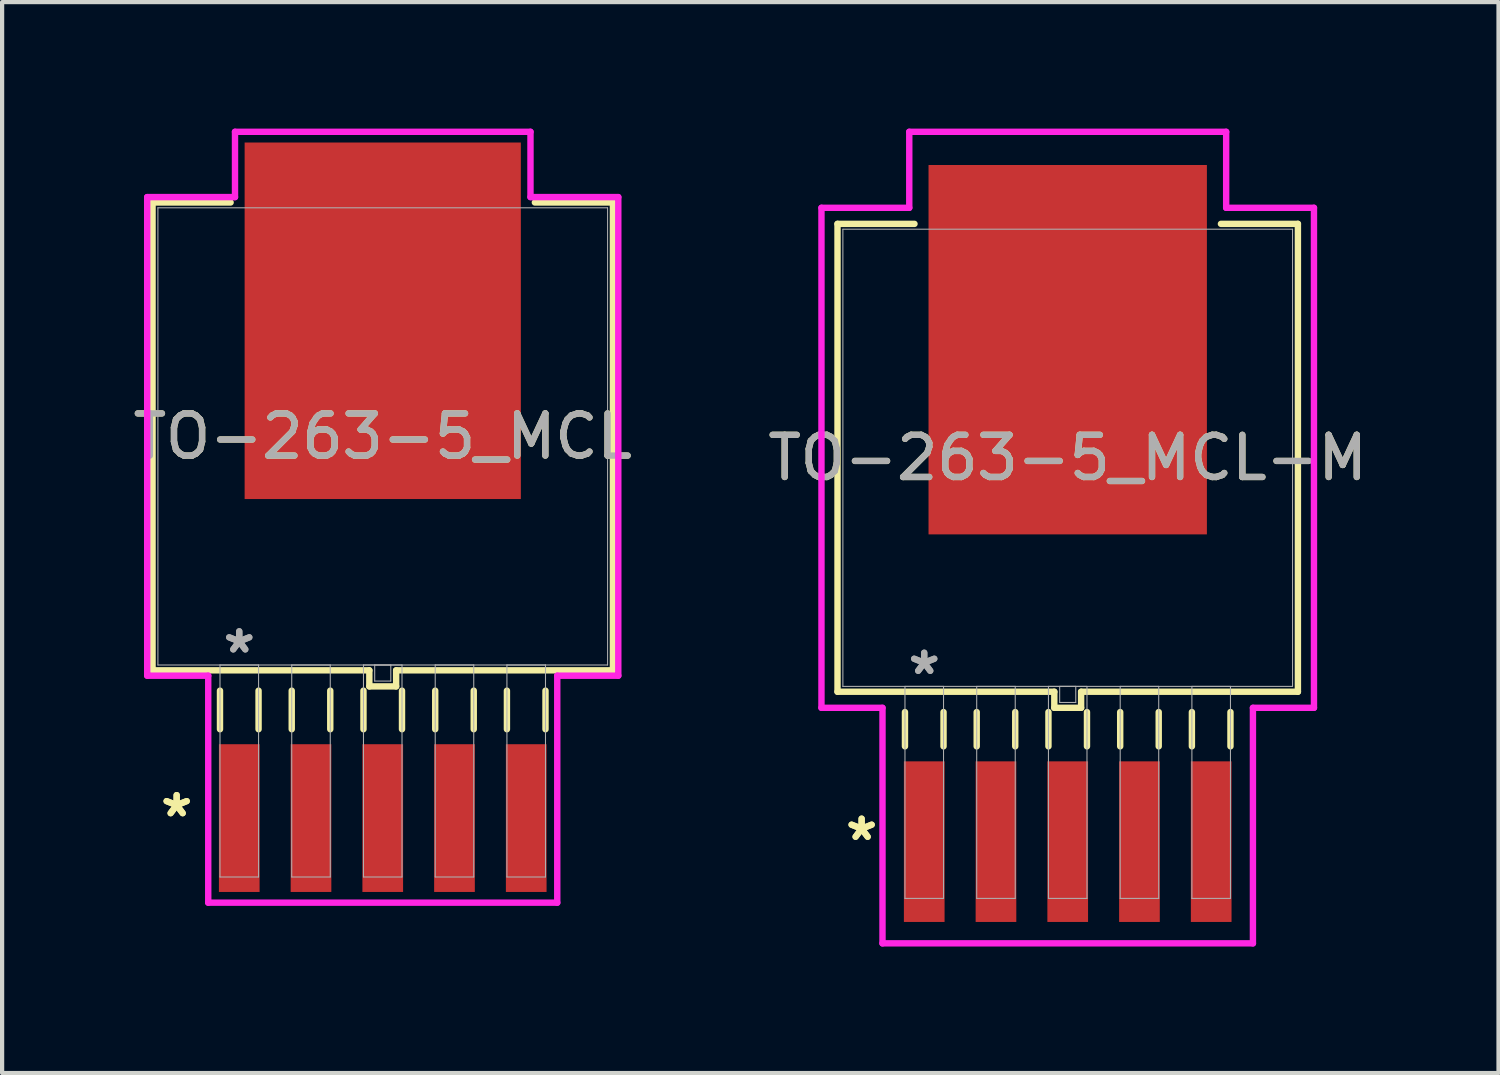
<source format=kicad_pcb>
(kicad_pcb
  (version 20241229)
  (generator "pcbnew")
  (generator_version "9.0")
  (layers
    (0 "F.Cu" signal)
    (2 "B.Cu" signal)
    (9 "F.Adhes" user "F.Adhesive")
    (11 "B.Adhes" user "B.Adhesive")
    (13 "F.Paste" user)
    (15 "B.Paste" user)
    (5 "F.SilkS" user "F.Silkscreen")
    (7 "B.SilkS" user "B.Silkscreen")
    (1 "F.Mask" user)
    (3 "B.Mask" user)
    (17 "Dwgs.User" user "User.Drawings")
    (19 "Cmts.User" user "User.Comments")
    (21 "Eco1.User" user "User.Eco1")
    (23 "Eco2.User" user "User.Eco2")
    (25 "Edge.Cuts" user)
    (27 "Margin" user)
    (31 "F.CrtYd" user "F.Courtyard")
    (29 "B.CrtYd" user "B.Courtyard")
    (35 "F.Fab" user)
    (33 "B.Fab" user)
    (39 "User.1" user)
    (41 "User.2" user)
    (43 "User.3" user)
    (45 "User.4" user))
  (footprint "TO-263-5_MCL"
    (layer "F.Cu")
    (at 6.03 7.303)
    (property "Reference" "TO-263-5_MCL" (at 0 0 0) (unlocked yes) (layer "F.SilkS") (effects (font (size 1 1) (thickness 0.15))))
    (attr smd)
    (fp_line (start -5.461 -5.55) (end -5.461 5.55) (stroke (width 0.152) (type solid)) (layer "F.SilkS"))
    (fp_line (start -5.461 5.55) (end -0.318 5.55) (stroke (width 0.152) (type solid)) (layer "F.SilkS"))
    (fp_line (start -3.861 6.032) (end -3.861 6.947) (stroke (width 0.152) (type solid)) (layer "F.SilkS"))
    (fp_line (start -3.609 -5.55) (end -5.461 -5.55) (stroke (width 0.152) (type solid)) (layer "F.SilkS"))
    (fp_line (start -2.946 6.032) (end -2.946 6.947) (stroke (width 0.152) (type solid)) (layer "F.SilkS"))
    (fp_line (start -2.159 6.032) (end -2.159 6.947) (stroke (width 0.152) (type solid)) (layer "F.SilkS"))
    (fp_line (start -1.245 6.032) (end -1.245 6.947) (stroke (width 0.152) (type solid)) (layer "F.SilkS"))
    (fp_line (start -0.457 6.032) (end -0.457 6.947) (stroke (width 0.152) (type solid)) (layer "F.SilkS"))
    (fp_line (start -0.318 5.55) (end -0.318 5.931) (stroke (width 0.152) (type solid)) (layer "F.SilkS"))
    (fp_line (start -0.318 5.931) (end 0.318 5.931) (stroke (width 0.152) (type solid)) (layer "F.SilkS"))
    (fp_line (start 0.318 5.55) (end 5.461 5.55) (stroke (width 0.152) (type solid)) (layer "F.SilkS"))
    (fp_line (start 0.318 5.931) (end 0.318 5.55) (stroke (width 0.152) (type solid)) (layer "F.SilkS"))
    (fp_line (start 0.457 6.032) (end 0.457 6.947) (stroke (width 0.152) (type solid)) (layer "F.SilkS"))
    (fp_line (start 1.245 6.032) (end 1.245 6.947) (stroke (width 0.152) (type solid)) (layer "F.SilkS"))
    (fp_line (start 2.159 6.032) (end 2.159 6.947) (stroke (width 0.152) (type solid)) (layer "F.SilkS"))
    (fp_line (start 2.946 6.032) (end 2.946 6.947) (stroke (width 0.152) (type solid)) (layer "F.SilkS"))
    (fp_line (start 3.861 6.032) (end 3.861 6.947) (stroke (width 0.152) (type solid)) (layer "F.SilkS"))
    (fp_line (start 5.461 -5.55) (end 3.609 -5.55) (stroke (width 0.152) (type solid)) (layer "F.SilkS"))
    (fp_line (start 5.461 5.55) (end 5.461 -5.55) (stroke (width 0.152) (type solid)) (layer "F.SilkS"))
    (fp_line (start -5.588 -5.677) (end -3.505 -5.677) (stroke (width 0.152) (type solid)) (layer "F.CrtYd"))
    (fp_line (start -5.588 5.677) (end -5.588 -5.677) (stroke (width 0.152) (type solid)) (layer "F.CrtYd"))
    (fp_line (start -4.14 5.677) (end -5.588 5.677) (stroke (width 0.152) (type solid)) (layer "F.CrtYd"))
    (fp_line (start -4.14 11.062) (end -4.14 5.677) (stroke (width 0.152) (type solid)) (layer "F.CrtYd"))
    (fp_line (start -3.505 -7.226) (end 3.505 -7.226) (stroke (width 0.152) (type solid)) (layer "F.CrtYd"))
    (fp_line (start -3.505 -5.677) (end -3.505 -7.226) (stroke (width 0.152) (type solid)) (layer "F.CrtYd"))
    (fp_line (start 3.505 -7.226) (end 3.505 -5.677) (stroke (width 0.152) (type solid)) (layer "F.CrtYd"))
    (fp_line (start 3.505 -5.677) (end 5.588 -5.677) (stroke (width 0.152) (type solid)) (layer "F.CrtYd"))
    (fp_line (start 4.14 5.677) (end 4.14 11.062) (stroke (width 0.152) (type solid)) (layer "F.CrtYd"))
    (fp_line (start 4.14 11.062) (end -4.14 11.062) (stroke (width 0.152) (type solid)) (layer "F.CrtYd"))
    (fp_line (start 5.588 -5.677) (end 5.588 5.677) (stroke (width 0.152) (type solid)) (layer "F.CrtYd"))
    (fp_line (start 5.588 5.677) (end 4.14 5.677) (stroke (width 0.152) (type solid)) (layer "F.CrtYd"))
    (fp_line (start -5.334 -5.423) (end -5.334 5.423) (stroke (width 0.025) (type solid)) (layer "F.Fab"))
    (fp_line (start -5.334 5.423) (end 5.334 5.423) (stroke (width 0.025) (type solid)) (layer "F.Fab"))
    (fp_line (start -3.861 5.423) (end -3.861 10.452) (stroke (width 0.025) (type solid)) (layer "F.Fab"))
    (fp_line (start -3.861 10.452) (end -2.946 10.452) (stroke (width 0.025) (type solid)) (layer "F.Fab"))
    (fp_line (start -2.946 5.423) (end -3.861 5.423) (stroke (width 0.025) (type solid)) (layer "F.Fab"))
    (fp_line (start -2.946 10.452) (end -2.946 5.423) (stroke (width 0.025) (type solid)) (layer "F.Fab"))
    (fp_line (start -2.159 5.423) (end -2.159 10.452) (stroke (width 0.025) (type solid)) (layer "F.Fab"))
    (fp_line (start -2.159 10.452) (end -1.245 10.452) (stroke (width 0.025) (type solid)) (layer "F.Fab"))
    (fp_line (start -1.245 5.423) (end -2.159 5.423) (stroke (width 0.025) (type solid)) (layer "F.Fab"))
    (fp_line (start -1.245 10.452) (end -1.245 5.423) (stroke (width 0.025) (type solid)) (layer "F.Fab"))
    (fp_line (start -0.457 5.423) (end -0.457 10.452) (stroke (width 0.025) (type solid)) (layer "F.Fab"))
    (fp_line (start -0.457 10.452) (end 0.457 10.452) (stroke (width 0.025) (type solid)) (layer "F.Fab"))
    (fp_line (start -0.191 5.423) (end -0.191 5.804) (stroke (width 0.025) (type solid)) (layer "F.Fab"))
    (fp_line (start -0.191 5.804) (end 0.191 5.804) (stroke (width 0.025) (type solid)) (layer "F.Fab"))
    (fp_line (start 0.191 5.423) (end -0.191 5.423) (stroke (width 0.025) (type solid)) (layer "F.Fab"))
    (fp_line (start 0.191 5.804) (end 0.191 5.423) (stroke (width 0.025) (type solid)) (layer "F.Fab"))
    (fp_line (start 0.457 5.423) (end -0.457 5.423) (stroke (width 0.025) (type solid)) (layer "F.Fab"))
    (fp_line (start 0.457 10.452) (end 0.457 5.423) (stroke (width 0.025) (type solid)) (layer "F.Fab"))
    (fp_line (start 1.245 5.423) (end 1.245 10.452) (stroke (width 0.025) (type solid)) (layer "F.Fab"))
    (fp_line (start 1.245 10.452) (end 2.159 10.452) (stroke (width 0.025) (type solid)) (layer "F.Fab"))
    (fp_line (start 2.159 5.423) (end 1.245 5.423) (stroke (width 0.025) (type solid)) (layer "F.Fab"))
    (fp_line (start 2.159 10.452) (end 2.159 5.423) (stroke (width 0.025) (type solid)) (layer "F.Fab"))
    (fp_line (start 2.946 5.423) (end 2.946 10.452) (stroke (width 0.025) (type solid)) (layer "F.Fab"))
    (fp_line (start 2.946 10.452) (end 3.861 10.452) (stroke (width 0.025) (type solid)) (layer "F.Fab"))
    (fp_line (start 3.861 5.423) (end 2.946 5.423) (stroke (width 0.025) (type solid)) (layer "F.Fab"))
    (fp_line (start 3.861 10.452) (end 3.861 5.423) (stroke (width 0.025) (type solid)) (layer "F.Fab"))
    (fp_line (start 5.334 -5.423) (end -5.334 -5.423) (stroke (width 0.025) (type solid)) (layer "F.Fab"))
    (fp_line (start 5.334 5.423) (end 5.334 -5.423) (stroke (width 0.025) (type solid)) (layer "F.Fab"))
    (fp_text user "*" (at -4.889 9.055 0) (layer "F.SilkS") (effects (font (size 1 1) (thickness 0.15))))
    (fp_text user "*" (at -4.889 9.055 0) (unlocked yes) (layer "F.SilkS") (effects (font (size 1 1) (thickness 0.15))))
    (fp_text user "*" (at -3.404 5.169 0) (layer "F.Fab") (effects (font (size 1 1) (thickness 0.15))))
    (fp_text user "${REFERENCE}" (at 0 0 0) (unlocked yes) (layer "F.Fab") (effects (font (size 1 1) (thickness 0.15))))
    (fp_text user "*" (at -3.404 5.169 0) (unlocked yes) (layer "F.Fab") (effects (font (size 1 1) (thickness 0.15))))
    (pad "1" smd rect (at -3.404 9.055) (size 0.965 3.505) (layers "F.Cu" "F.Mask" "F.Paste"))
    (pad "2" smd rect (at -1.702 9.055) (size 0.965 3.505) (layers "F.Cu" "F.Mask" "F.Paste"))
    (pad "3" smd rect (at 0 9.055) (size 0.965 3.505) (layers "F.Cu" "F.Mask" "F.Paste"))
    (pad "4" smd rect (at 1.702 9.055) (size 0.965 3.505) (layers "F.Cu" "F.Mask" "F.Paste"))
    (pad "5" smd rect (at 3.404 9.055) (size 0.965 3.505) (layers "F.Cu" "F.Mask" "F.Paste"))
    (pad "6" smd rect (at 0 -2.743) (size 6.553 8.458) (layers "F.Cu" "F.Mask" "F.Paste")))
  (footprint "TO-263-5_MCL-M"
    (layer "F.Cu")
    (at 22.28 7.811)
    (property "Reference" "TO-263-5_MCL-M" (at 0 0 0) (unlocked yes) (layer "F.SilkS") (effects (font (size 1 1) (thickness 0.15))))
    (attr smd)
    (fp_line (start -5.461 -5.55) (end -5.461 5.55) (stroke (width 0.152) (type solid)) (layer "F.SilkS"))
    (fp_line (start -5.461 5.55) (end -0.318 5.55) (stroke (width 0.152) (type solid)) (layer "F.SilkS"))
    (fp_line (start -3.861 6.032) (end -3.861 6.845) (stroke (width 0.152) (type solid)) (layer "F.SilkS"))
    (fp_line (start -3.635 -5.55) (end -5.461 -5.55) (stroke (width 0.152) (type solid)) (layer "F.SilkS"))
    (fp_line (start -2.946 6.032) (end -2.946 6.845) (stroke (width 0.152) (type solid)) (layer "F.SilkS"))
    (fp_line (start -2.159 6.032) (end -2.159 6.845) (stroke (width 0.152) (type solid)) (layer "F.SilkS"))
    (fp_line (start -1.245 6.032) (end -1.245 6.845) (stroke (width 0.152) (type solid)) (layer "F.SilkS"))
    (fp_line (start -0.457 6.032) (end -0.457 6.845) (stroke (width 0.152) (type solid)) (layer "F.SilkS"))
    (fp_line (start -0.318 5.55) (end -0.318 5.931) (stroke (width 0.152) (type solid)) (layer "F.SilkS"))
    (fp_line (start -0.318 5.931) (end 0.318 5.931) (stroke (width 0.152) (type solid)) (layer "F.SilkS"))
    (fp_line (start 0.318 5.55) (end 5.461 5.55) (stroke (width 0.152) (type solid)) (layer "F.SilkS"))
    (fp_line (start 0.318 5.931) (end 0.318 5.55) (stroke (width 0.152) (type solid)) (layer "F.SilkS"))
    (fp_line (start 0.457 6.032) (end 0.457 6.845) (stroke (width 0.152) (type solid)) (layer "F.SilkS"))
    (fp_line (start 1.245 6.032) (end 1.245 6.845) (stroke (width 0.152) (type solid)) (layer "F.SilkS"))
    (fp_line (start 2.159 6.032) (end 2.159 6.845) (stroke (width 0.152) (type solid)) (layer "F.SilkS"))
    (fp_line (start 2.946 6.032) (end 2.946 6.845) (stroke (width 0.152) (type solid)) (layer "F.SilkS"))
    (fp_line (start 3.861 6.032) (end 3.861 6.845) (stroke (width 0.152) (type solid)) (layer "F.SilkS"))
    (fp_line (start 5.461 -5.55) (end 3.635 -5.55) (stroke (width 0.152) (type solid)) (layer "F.SilkS"))
    (fp_line (start 5.461 5.55) (end 5.461 -5.55) (stroke (width 0.152) (type solid)) (layer "F.SilkS"))
    (fp_line (start -5.842 -5.931) (end -3.759 -5.931) (stroke (width 0.152) (type solid)) (layer "F.CrtYd"))
    (fp_line (start -5.842 5.931) (end -5.842 -5.931) (stroke (width 0.152) (type solid)) (layer "F.CrtYd"))
    (fp_line (start -4.394 5.931) (end -5.842 5.931) (stroke (width 0.152) (type solid)) (layer "F.CrtYd"))
    (fp_line (start -4.394 11.519) (end -4.394 5.931) (stroke (width 0.152) (type solid)) (layer "F.CrtYd"))
    (fp_line (start -3.759 -7.734) (end 3.759 -7.734) (stroke (width 0.152) (type solid)) (layer "F.CrtYd"))
    (fp_line (start -3.759 -5.931) (end -3.759 -7.734) (stroke (width 0.152) (type solid)) (layer "F.CrtYd"))
    (fp_line (start 3.759 -7.734) (end 3.759 -5.931) (stroke (width 0.152) (type solid)) (layer "F.CrtYd"))
    (fp_line (start 3.759 -5.931) (end 5.842 -5.931) (stroke (width 0.152) (type solid)) (layer "F.CrtYd"))
    (fp_line (start 4.394 5.931) (end 4.394 11.519) (stroke (width 0.152) (type solid)) (layer "F.CrtYd"))
    (fp_line (start 4.394 11.519) (end -4.394 11.519) (stroke (width 0.152) (type solid)) (layer "F.CrtYd"))
    (fp_line (start 5.842 -5.931) (end 5.842 5.931) (stroke (width 0.152) (type solid)) (layer "F.CrtYd"))
    (fp_line (start 5.842 5.931) (end 4.394 5.931) (stroke (width 0.152) (type solid)) (layer "F.CrtYd"))
    (fp_line (start -5.334 -5.423) (end -5.334 5.423) (stroke (width 0.025) (type solid)) (layer "F.Fab"))
    (fp_line (start -5.334 5.423) (end 5.334 5.423) (stroke (width 0.025) (type solid)) (layer "F.Fab"))
    (fp_line (start -3.861 5.423) (end -3.861 10.452) (stroke (width 0.025) (type solid)) (layer "F.Fab"))
    (fp_line (start -3.861 10.452) (end -2.946 10.452) (stroke (width 0.025) (type solid)) (layer "F.Fab"))
    (fp_line (start -2.946 5.423) (end -3.861 5.423) (stroke (width 0.025) (type solid)) (layer "F.Fab"))
    (fp_line (start -2.946 10.452) (end -2.946 5.423) (stroke (width 0.025) (type solid)) (layer "F.Fab"))
    (fp_line (start -2.159 5.423) (end -2.159 10.452) (stroke (width 0.025) (type solid)) (layer "F.Fab"))
    (fp_line (start -2.159 10.452) (end -1.245 10.452) (stroke (width 0.025) (type solid)) (layer "F.Fab"))
    (fp_line (start -1.245 5.423) (end -2.159 5.423) (stroke (width 0.025) (type solid)) (layer "F.Fab"))
    (fp_line (start -1.245 10.452) (end -1.245 5.423) (stroke (width 0.025) (type solid)) (layer "F.Fab"))
    (fp_line (start -0.457 5.423) (end -0.457 10.452) (stroke (width 0.025) (type solid)) (layer "F.Fab"))
    (fp_line (start -0.457 10.452) (end 0.457 10.452) (stroke (width 0.025) (type solid)) (layer "F.Fab"))
    (fp_line (start -0.191 5.423) (end -0.191 5.804) (stroke (width 0.025) (type solid)) (layer "F.Fab"))
    (fp_line (start -0.191 5.804) (end 0.191 5.804) (stroke (width 0.025) (type solid)) (layer "F.Fab"))
    (fp_line (start 0.191 5.423) (end -0.191 5.423) (stroke (width 0.025) (type solid)) (layer "F.Fab"))
    (fp_line (start 0.191 5.804) (end 0.191 5.423) (stroke (width 0.025) (type solid)) (layer "F.Fab"))
    (fp_line (start 0.457 5.423) (end -0.457 5.423) (stroke (width 0.025) (type solid)) (layer "F.Fab"))
    (fp_line (start 0.457 10.452) (end 0.457 5.423) (stroke (width 0.025) (type solid)) (layer "F.Fab"))
    (fp_line (start 1.245 5.423) (end 1.245 10.452) (stroke (width 0.025) (type solid)) (layer "F.Fab"))
    (fp_line (start 1.245 10.452) (end 2.159 10.452) (stroke (width 0.025) (type solid)) (layer "F.Fab"))
    (fp_line (start 2.159 5.423) (end 1.245 5.423) (stroke (width 0.025) (type solid)) (layer "F.Fab"))
    (fp_line (start 2.159 10.452) (end 2.159 5.423) (stroke (width 0.025) (type solid)) (layer "F.Fab"))
    (fp_line (start 2.946 5.423) (end 2.946 10.452) (stroke (width 0.025) (type solid)) (layer "F.Fab"))
    (fp_line (start 2.946 10.452) (end 3.861 10.452) (stroke (width 0.025) (type solid)) (layer "F.Fab"))
    (fp_line (start 3.861 5.423) (end 2.946 5.423) (stroke (width 0.025) (type solid)) (layer "F.Fab"))
    (fp_line (start 3.861 10.452) (end 3.861 5.423) (stroke (width 0.025) (type solid)) (layer "F.Fab"))
    (fp_line (start 5.334 -5.423) (end -5.334 -5.423) (stroke (width 0.025) (type solid)) (layer "F.Fab"))
    (fp_line (start 5.334 5.423) (end 5.334 -5.423) (stroke (width 0.025) (type solid)) (layer "F.Fab"))
    (fp_text user "*" (at -4.889 9.106 0) (layer "F.SilkS") (effects (font (size 1 1) (thickness 0.15))))
    (fp_text user "*" (at -4.889 9.106 0) (unlocked yes) (layer "F.SilkS") (effects (font (size 1 1) (thickness 0.15))))
    (fp_text user "*" (at -3.404 5.169 0) (unlocked yes) (layer "F.Fab") (effects (font (size 1 1) (thickness 0.15))))
    (fp_text user "*" (at -3.404 5.169 0) (layer "F.Fab") (effects (font (size 1 1) (thickness 0.15))))
    (fp_text user "${REFERENCE}" (at 0 0 0) (unlocked yes) (layer "F.Fab") (effects (font (size 1 1) (thickness 0.15))))
    (pad "1" smd rect (at -3.404 9.106) (size 0.965 3.81) (layers "F.Cu" "F.Mask" "F.Paste"))
    (pad "2" smd rect (at -1.702 9.106) (size 0.965 3.81) (layers "F.Cu" "F.Mask" "F.Paste"))
    (pad "3" smd rect (at 0 9.106) (size 0.965 3.81) (layers "F.Cu" "F.Mask" "F.Paste"))
    (pad "4" smd rect (at 1.702 9.106) (size 0.965 3.81) (layers "F.Cu" "F.Mask" "F.Paste"))
    (pad "5" smd rect (at 3.404 9.106) (size 0.965 3.81) (layers "F.Cu" "F.Mask" "F.Paste"))
    (pad "6" smd rect (at 0 -2.565) (size 6.604 8.763) (layers "F.Cu" "F.Mask" "F.Paste")))
  (gr_rect
    (start -3 -3)
    (end 32.5 22.406)
    (stroke (width 0.1) (type default))
    (fill no)
    (layer "Edge.Cuts")))
</source>
